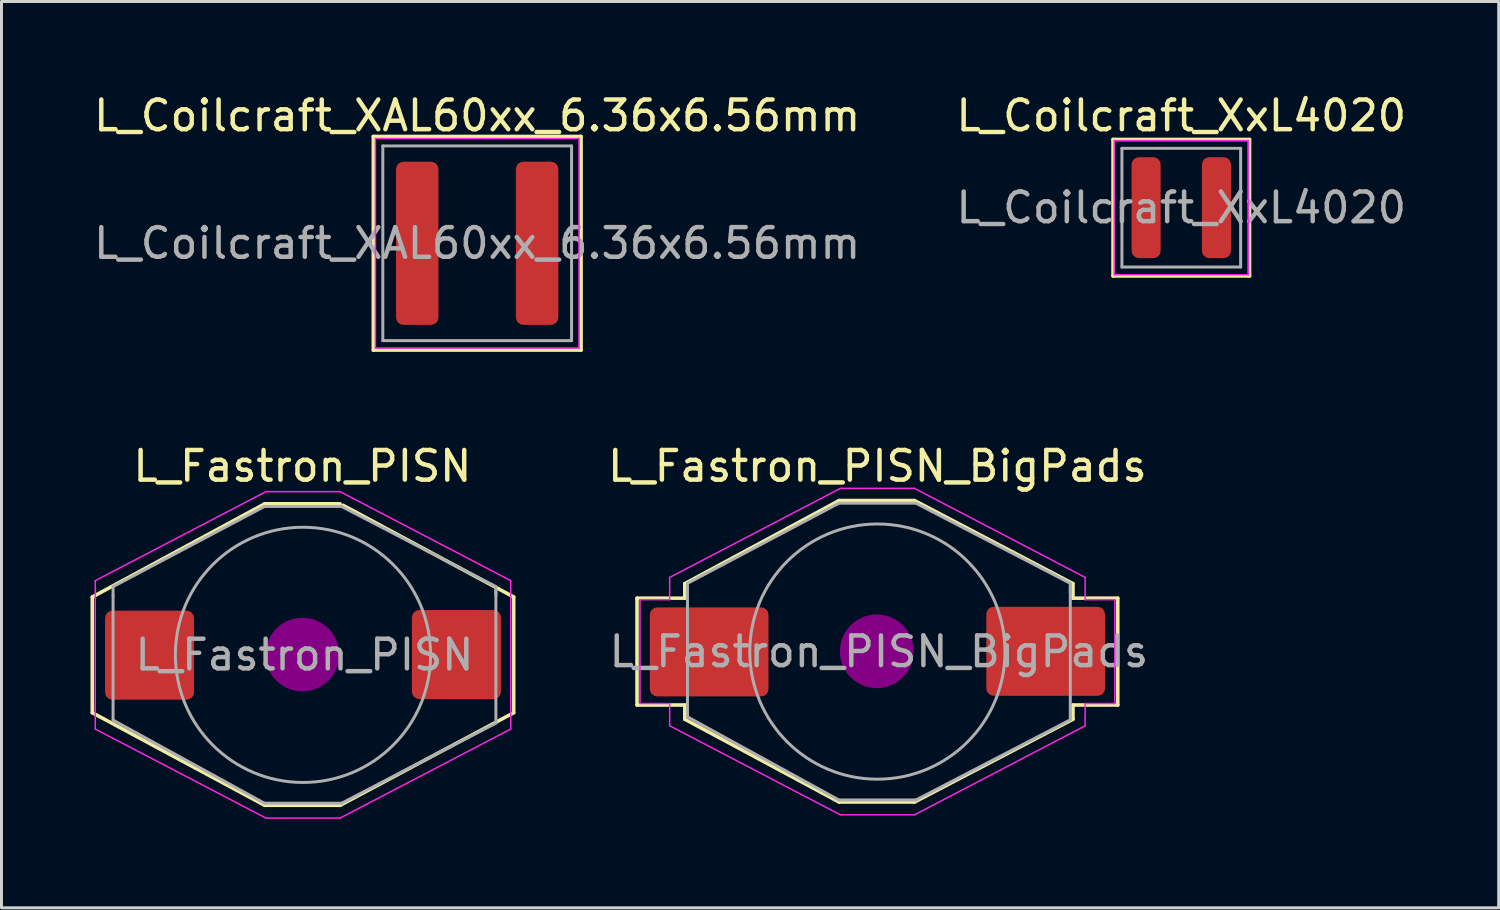
<source format=kicad_pcb>
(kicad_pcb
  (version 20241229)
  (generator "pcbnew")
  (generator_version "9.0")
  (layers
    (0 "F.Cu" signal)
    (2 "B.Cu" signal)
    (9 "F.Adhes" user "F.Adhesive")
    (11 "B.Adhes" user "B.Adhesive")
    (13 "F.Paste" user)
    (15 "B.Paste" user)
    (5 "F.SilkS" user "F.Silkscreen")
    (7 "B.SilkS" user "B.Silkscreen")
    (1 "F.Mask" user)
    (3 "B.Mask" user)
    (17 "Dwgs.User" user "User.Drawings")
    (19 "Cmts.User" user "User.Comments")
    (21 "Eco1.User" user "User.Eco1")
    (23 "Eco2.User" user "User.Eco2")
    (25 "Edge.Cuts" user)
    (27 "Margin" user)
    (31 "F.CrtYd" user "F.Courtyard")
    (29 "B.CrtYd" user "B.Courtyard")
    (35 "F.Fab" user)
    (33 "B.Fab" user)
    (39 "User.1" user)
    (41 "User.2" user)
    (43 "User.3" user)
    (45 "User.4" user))
  (footprint "L_Coilcraft_XxL4020"
    (layer "F.Cu")
    (at 36.756 3.948)
    (property "Reference" "L_Coilcraft_XxL4020" (at 0 -3.1 0) (layer "F.SilkS") (effects (font (size 1 1) (thickness 0.15))))
    (attr smd)
    (fp_line (start -2.3 -2.3) (end -2.3 2.3) (stroke (width 0.12) (type solid)) (layer "F.SilkS"))
    (fp_line (start -2.3 2.3) (end 2.3 2.3) (stroke (width 0.12) (type solid)) (layer "F.SilkS"))
    (fp_line (start 2.3 -2.3) (end -2.3 -2.3) (stroke (width 0.12) (type solid)) (layer "F.SilkS"))
    (fp_line (start 2.3 2.3) (end 2.3 -2.3) (stroke (width 0.12) (type solid)) (layer "F.SilkS"))
    (fp_line (start -2.26 -2.26) (end 2.26 -2.26) (stroke (width 0.05) (type solid)) (layer "F.CrtYd"))
    (fp_line (start -2.26 2.26) (end -2.26 -2.26) (stroke (width 0.05) (type solid)) (layer "F.CrtYd"))
    (fp_line (start 2.26 -2.26) (end 2.26 2.26) (stroke (width 0.05) (type solid)) (layer "F.CrtYd"))
    (fp_line (start 2.26 2.26) (end -2.26 2.26) (stroke (width 0.05) (type solid)) (layer "F.CrtYd"))
    (fp_line (start -2 -2) (end 2 -2) (stroke (width 0.1) (type solid)) (layer "F.Fab"))
    (fp_line (start -2 2) (end -2 -2) (stroke (width 0.1) (type solid)) (layer "F.Fab"))
    (fp_line (start 2 -2) (end 2 2) (stroke (width 0.1) (type solid)) (layer "F.Fab"))
    (fp_line (start 2 2) (end -2 2) (stroke (width 0.1) (type solid)) (layer "F.Fab"))
    (fp_text user "${REFERENCE}" (at 0 0 0) (layer "F.Fab") (effects (font (size 1 1) (thickness 0.15))))
    (pad "1" smd roundrect (at -1.185 0) (size 0.98 3.4) (layers "F.Cu" "F.Mask" "F.Paste") (roundrect_rratio 0.25))
    (pad "2" smd roundrect (at 1.185 0) (size 0.98 3.4) (layers "F.Cu" "F.Mask" "F.Paste") (roundrect_rratio 0.25)))
  (footprint "L_Fastron_PISN_BigPads"
    (layer "F.Cu")
    (at 26.516 18.907)
    (property "Reference" "L_Fastron_PISN_BigPads" (at 0 -6.25 0) (layer "F.SilkS") (effects (font (size 1 1) (thickness 0.15))))
    (attr smd)
    (fp_line (start -8.1 -1.8) (end -6.49 -1.8) (stroke (width 0.12) (type solid)) (layer "F.SilkS"))
    (fp_line (start -8.1 1.8) (end -8.1 -1.8) (stroke (width 0.12) (type solid)) (layer "F.SilkS"))
    (fp_line (start -6.49 -2.29) (end -6.49 -1.8) (stroke (width 0.12) (type solid)) (layer "F.SilkS"))
    (fp_line (start -6.49 1.8) (end -8.1 1.8) (stroke (width 0.12) (type solid)) (layer "F.SilkS"))
    (fp_line (start -6.49 2.28) (end -6.49 1.8) (stroke (width 0.12) (type solid)) (layer "F.SilkS"))
    (fp_line (start -1.29 -5.09) (end -6.49 -2.29) (stroke (width 0.12) (type solid)) (layer "F.SilkS"))
    (fp_line (start -1.29 -5.09) (end 1.25 -5.09) (stroke (width 0.12) (type solid)) (layer "F.SilkS"))
    (fp_line (start -1.29 5.07) (end -6.49 2.28) (stroke (width 0.12) (type solid)) (layer "F.SilkS"))
    (fp_line (start -1.29 5.07) (end 1.25 5.07) (stroke (width 0.12) (type solid)) (layer "F.SilkS"))
    (fp_line (start 1.25 -5.09) (end 6.59 -2.29) (stroke (width 0.12) (type solid)) (layer "F.SilkS"))
    (fp_line (start 1.25 5.07) (end 6.59 2.28) (stroke (width 0.12) (type solid)) (layer "F.SilkS"))
    (fp_line (start 6.59 -2.29) (end 6.59 -1.8) (stroke (width 0.12) (type solid)) (layer "F.SilkS"))
    (fp_line (start 6.59 -1.8) (end 8.1 -1.8) (stroke (width 0.12) (type solid)) (layer "F.SilkS"))
    (fp_line (start 6.59 2.28) (end 6.59 1.8) (stroke (width 0.12) (type solid)) (layer "F.SilkS"))
    (fp_line (start 8.1 -1.8) (end 8.1 1.8) (stroke (width 0.12) (type solid)) (layer "F.SilkS"))
    (fp_line (start 8.1 1.8) (end 6.59 1.8) (stroke (width 0.12) (type solid)) (layer "F.SilkS"))
    (fp_line (start -0.02 -0.26) (end -0.02 0.25) (stroke (width 0.38) (type solid)) (layer "F.Adhes"))
    (fp_circle (center -0.02 -0.01) (end -0.02 0.5) (stroke (width 0.38) (type solid)) (fill no) (layer "F.Adhes"))
    (fp_circle (center -0.02 -0.01) (end 0.24 -0.01) (stroke (width 0.38) (type solid)) (fill no) (layer "F.Adhes"))
    (fp_circle (center -0.02 -0.01) (end 0.24 0.76) (stroke (width 0.38) (type solid)) (fill no) (layer "F.Adhes"))
    (fp_circle (center -0.02 -0.01) (end 0.24 1.01) (stroke (width 0.38) (type solid)) (fill no) (layer "F.Adhes"))
    (fp_line (start -8 -1.75) (end -8 1.75) (stroke (width 0.05) (type solid)) (layer "F.CrtYd"))
    (fp_line (start -8 1.75) (end -7 1.75) (stroke (width 0.05) (type solid)) (layer "F.CrtYd"))
    (fp_line (start -7 -2.5) (end -7 -1.75) (stroke (width 0.05) (type solid)) (layer "F.CrtYd"))
    (fp_line (start -7 -2.5) (end -1.25 -5.5) (stroke (width 0.05) (type solid)) (layer "F.CrtYd"))
    (fp_line (start -7 -1.75) (end -8 -1.75) (stroke (width 0.05) (type solid)) (layer "F.CrtYd"))
    (fp_line (start -7 1.75) (end -7 2.5) (stroke (width 0.05) (type solid)) (layer "F.CrtYd"))
    (fp_line (start -1.25 -5.5) (end 1.25 -5.5) (stroke (width 0.05) (type solid)) (layer "F.CrtYd"))
    (fp_line (start -1.25 5.5) (end -7 2.5) (stroke (width 0.05) (type solid)) (layer "F.CrtYd"))
    (fp_line (start 1.25 -5.5) (end 7 -2.5) (stroke (width 0.05) (type solid)) (layer "F.CrtYd"))
    (fp_line (start 1.25 5.5) (end -1.25 5.5) (stroke (width 0.05) (type solid)) (layer "F.CrtYd"))
    (fp_line (start 7 -1.75) (end 7 -2.5) (stroke (width 0.05) (type solid)) (layer "F.CrtYd"))
    (fp_line (start 7 1.75) (end 8 1.75) (stroke (width 0.05) (type solid)) (layer "F.CrtYd"))
    (fp_line (start 7 2.25) (end 7 1.75) (stroke (width 0.05) (type solid)) (layer "F.CrtYd"))
    (fp_line (start 7 2.25) (end 7 2.5) (stroke (width 0.05) (type solid)) (layer "F.CrtYd"))
    (fp_line (start 7 2.5) (end 1.25 5.5) (stroke (width 0.05) (type solid)) (layer "F.CrtYd"))
    (fp_line (start 8 -1.75) (end 7 -1.75) (stroke (width 0.05) (type solid)) (layer "F.CrtYd"))
    (fp_line (start 8 1.75) (end 8 -1.75) (stroke (width 0.05) (type solid)) (layer "F.CrtYd"))
    (fp_line (start -6.4 -2.3) (end -1.3 -5) (stroke (width 0.1) (type solid)) (layer "F.Fab"))
    (fp_line (start -6.4 -2) (end -6.4 -2.3) (stroke (width 0.1) (type solid)) (layer "F.Fab"))
    (fp_line (start -6.4 -2) (end -6.4 2.2) (stroke (width 0.1) (type solid)) (layer "F.Fab"))
    (fp_line (start -6.4 2.2) (end -1.3 5) (stroke (width 0.1) (type solid)) (layer "F.Fab"))
    (fp_line (start -1.3 -5) (end 1.3 -5) (stroke (width 0.1) (type solid)) (layer "F.Fab"))
    (fp_line (start -1.3 5) (end 1.3 5) (stroke (width 0.1) (type solid)) (layer "F.Fab"))
    (fp_line (start 1.3 -5) (end 6.5 -2.3) (stroke (width 0.1) (type solid)) (layer "F.Fab"))
    (fp_line (start 1.3 5) (end 6.5 2.3) (stroke (width 0.1) (type solid)) (layer "F.Fab"))
    (fp_line (start 6.5 -2.3) (end 6.5 -2) (stroke (width 0.1) (type solid)) (layer "F.Fab"))
    (fp_line (start 6.5 2.3) (end 6.5 -2.2) (stroke (width 0.1) (type solid)) (layer "F.Fab"))
    (fp_circle (center 0 0) (end 0 -4.3) (stroke (width 0.1) (type solid)) (fill no) (layer "F.Fab"))
    (fp_text user "${REFERENCE}" (at 0.05 0 0) (layer "F.Fab") (effects (font (size 1 1) (thickness 0.15))))
    (pad "1" smd roundrect (at 5.67 -0.01) (size 4 3) (layers "F.Cu" "F.Mask" "F.Paste") (roundrect_rratio 0.083))
    (pad "2" smd roundrect (at -5.67 0.01) (size 4 3) (layers "F.Cu" "F.Mask" "F.Paste") (roundrect_rratio 0.083)))
  (footprint "L_Fastron_PISN"
    (layer "F.Cu")
    (at 7.16 19.017)
    (property "Reference" "L_Fastron_PISN" (at -0.02 -6.36 0) (layer "F.SilkS") (effects (font (size 1 1) (thickness 0.15))))
    (attr smd)
    (fp_line (start -7.1 -1.95) (end -7.1 1.95) (stroke (width 0.12) (type solid)) (layer "F.SilkS"))
    (fp_line (start -1.29 -5.09) (end -7.1 -1.95) (stroke (width 0.12) (type solid)) (layer "F.SilkS"))
    (fp_line (start -1.29 -5.09) (end 1.25 -5.09) (stroke (width 0.12) (type solid)) (layer "F.SilkS"))
    (fp_line (start -1.29 5.07) (end -7.1 1.95) (stroke (width 0.12) (type solid)) (layer "F.SilkS"))
    (fp_line (start -1.29 5.07) (end 1.25 5.07) (stroke (width 0.12) (type solid)) (layer "F.SilkS"))
    (fp_line (start 1.25 5.07) (end 7.1 1.95) (stroke (width 0.12) (type solid)) (layer "F.SilkS"))
    (fp_line (start 1.35 -5.04) (end 7.1 -1.95) (stroke (width 0.12) (type solid)) (layer "F.SilkS"))
    (fp_line (start 7.1 -1.95) (end 7.1 1.95) (stroke (width 0.12) (type solid)) (layer "F.SilkS"))
    (fp_line (start -0.02 -0.26) (end -0.02 0.25) (stroke (width 0.38) (type solid)) (layer "F.Adhes"))
    (fp_circle (center -0.02 -0.01) (end -0.02 0.5) (stroke (width 0.38) (type solid)) (fill no) (layer "F.Adhes"))
    (fp_circle (center -0.02 -0.01) (end 0.24 -0.01) (stroke (width 0.38) (type solid)) (fill no) (layer "F.Adhes"))
    (fp_circle (center -0.02 -0.01) (end 0.24 0.76) (stroke (width 0.38) (type solid)) (fill no) (layer "F.Adhes"))
    (fp_circle (center -0.02 -0.01) (end 0.24 1.01) (stroke (width 0.38) (type solid)) (fill no) (layer "F.Adhes"))
    (fp_line (start -7 -2.5) (end -1.25 -5.5) (stroke (width 0.05) (type solid)) (layer "F.CrtYd"))
    (fp_line (start -7 2.5) (end -7 -2.5) (stroke (width 0.05) (type solid)) (layer "F.CrtYd"))
    (fp_line (start -1.25 -5.5) (end 1.25 -5.5) (stroke (width 0.05) (type solid)) (layer "F.CrtYd"))
    (fp_line (start -1.25 5.5) (end -7 2.5) (stroke (width 0.05) (type solid)) (layer "F.CrtYd"))
    (fp_line (start 1.25 -5.5) (end 7 -2.5) (stroke (width 0.05) (type solid)) (layer "F.CrtYd"))
    (fp_line (start 1.25 5.5) (end -1.25 5.5) (stroke (width 0.05) (type solid)) (layer "F.CrtYd"))
    (fp_line (start 7 -2.5) (end 7 2.25) (stroke (width 0.05) (type solid)) (layer "F.CrtYd"))
    (fp_line (start 7 2.25) (end 7 2.5) (stroke (width 0.05) (type solid)) (layer "F.CrtYd"))
    (fp_line (start 7 2.5) (end 1.25 5.5) (stroke (width 0.05) (type solid)) (layer "F.CrtYd"))
    (fp_line (start -6.4 -2.3) (end -1.3 -5) (stroke (width 0.1) (type solid)) (layer "F.Fab"))
    (fp_line (start -6.4 -2) (end -6.4 -2.3) (stroke (width 0.1) (type solid)) (layer "F.Fab"))
    (fp_line (start -6.4 -2) (end -6.4 2.2) (stroke (width 0.1) (type solid)) (layer "F.Fab"))
    (fp_line (start -6.4 2.2) (end -1.3 5) (stroke (width 0.1) (type solid)) (layer "F.Fab"))
    (fp_line (start -1.3 -5) (end 1.3 -5) (stroke (width 0.1) (type solid)) (layer "F.Fab"))
    (fp_line (start -1.3 5) (end 1.3 5) (stroke (width 0.1) (type solid)) (layer "F.Fab"))
    (fp_line (start 1.3 -5) (end 6.5 -2.3) (stroke (width 0.1) (type solid)) (layer "F.Fab"))
    (fp_line (start 1.3 5) (end 6.5 2.3) (stroke (width 0.1) (type solid)) (layer "F.Fab"))
    (fp_line (start 6.5 -2.3) (end 6.5 -2) (stroke (width 0.1) (type solid)) (layer "F.Fab"))
    (fp_line (start 6.5 2.3) (end 6.5 -2.2) (stroke (width 0.1) (type solid)) (layer "F.Fab"))
    (fp_circle (center 0 0) (end 0 -4.3) (stroke (width 0.1) (type solid)) (fill no) (layer "F.Fab"))
    (fp_text user "${REFERENCE}" (at 0.05 0 0) (layer "F.Fab") (effects (font (size 1 1) (thickness 0.15))))
    (pad "1" smd roundrect (at 5.17 -0.01) (size 3 3) (layers "F.Cu" "F.Mask" "F.Paste") (roundrect_rratio 0.083))
    (pad "2" smd roundrect (at -5.17 0.01) (size 3 3) (layers "F.Cu" "F.Mask" "F.Paste") (roundrect_rratio 0.083)))
  (footprint "L_Coilcraft_XAL60xx_6.36x6.56mm"
    (layer "F.Cu")
    (at 13.03 5.148)
    (property "Reference" "L_Coilcraft_XAL60xx_6.36x6.56mm" (at 0 -4.3 0) (layer "F.SilkS") (effects (font (size 1 1) (thickness 0.15))))
    (attr smd)
    (fp_line (start -3.5 -3.6) (end -3.5 3.6) (stroke (width 0.12) (type solid)) (layer "F.SilkS"))
    (fp_line (start -3.5 3.6) (end 3.5 3.6) (stroke (width 0.12) (type solid)) (layer "F.SilkS"))
    (fp_line (start 3.5 -3.6) (end -3.5 -3.6) (stroke (width 0.12) (type solid)) (layer "F.SilkS"))
    (fp_line (start 3.5 3.6) (end 3.5 -3.6) (stroke (width 0.12) (type solid)) (layer "F.SilkS"))
    (fp_line (start -3.43 -3.53) (end -3.43 3.53) (stroke (width 0.05) (type solid)) (layer "F.CrtYd"))
    (fp_line (start -3.43 -3.53) (end 3.43 -3.53) (stroke (width 0.05) (type solid)) (layer "F.CrtYd"))
    (fp_line (start -3.43 3.53) (end 3.43 3.53) (stroke (width 0.05) (type solid)) (layer "F.CrtYd"))
    (fp_line (start 3.43 -3.53) (end 3.43 3.53) (stroke (width 0.05) (type solid)) (layer "F.CrtYd"))
    (fp_line (start -3.18 -3.28) (end -3.18 3.28) (stroke (width 0.1) (type solid)) (layer "F.Fab"))
    (fp_line (start -3.18 -3.28) (end 3.18 -3.28) (stroke (width 0.1) (type solid)) (layer "F.Fab"))
    (fp_line (start -3.18 3.28) (end 3.18 3.28) (stroke (width 0.1) (type solid)) (layer "F.Fab"))
    (fp_line (start 3.18 -3.28) (end 3.18 3.28) (stroke (width 0.1) (type solid)) (layer "F.Fab"))
    (fp_text user "${REFERENCE}" (at 0 0 0) (layer "F.Fab") (effects (font (size 1 1) (thickness 0.15))))
    (pad "1" smd roundrect (at -2.02 0) (size 1.43 5.5) (layers "F.Cu" "F.Mask" "F.Paste") (roundrect_rratio 0.175))
    (pad "2" smd roundrect (at 2.02 0) (size 1.43 5.5) (layers "F.Cu" "F.Mask" "F.Paste") (roundrect_rratio 0.175)))
  (gr_rect
    (start -3 -3)
    (end 47.452 27.541)
    (stroke (width 0.1) (type default))
    (fill no)
    (layer "Edge.Cuts")))
</source>
